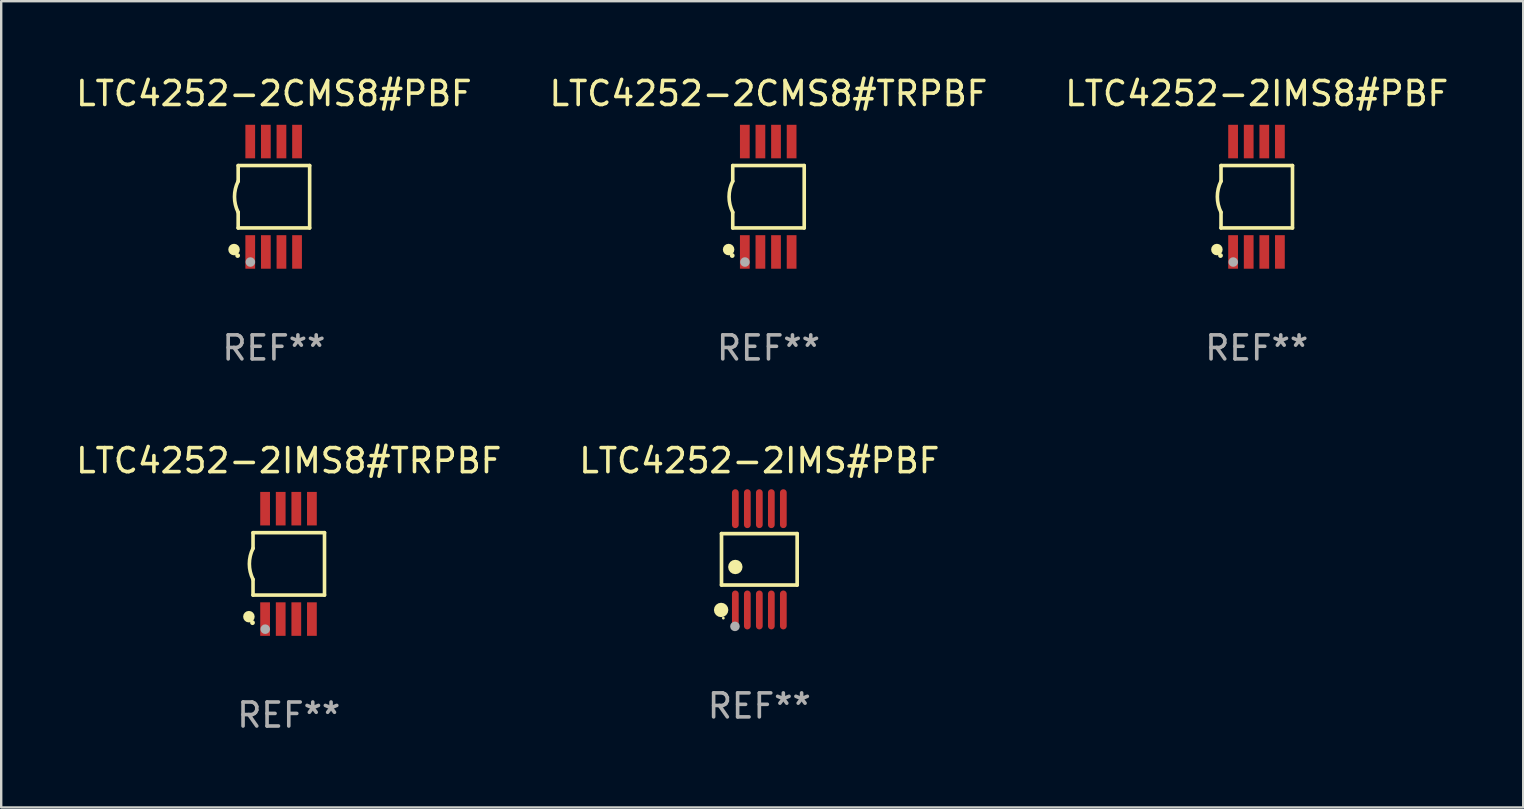
<source format=kicad_pcb>
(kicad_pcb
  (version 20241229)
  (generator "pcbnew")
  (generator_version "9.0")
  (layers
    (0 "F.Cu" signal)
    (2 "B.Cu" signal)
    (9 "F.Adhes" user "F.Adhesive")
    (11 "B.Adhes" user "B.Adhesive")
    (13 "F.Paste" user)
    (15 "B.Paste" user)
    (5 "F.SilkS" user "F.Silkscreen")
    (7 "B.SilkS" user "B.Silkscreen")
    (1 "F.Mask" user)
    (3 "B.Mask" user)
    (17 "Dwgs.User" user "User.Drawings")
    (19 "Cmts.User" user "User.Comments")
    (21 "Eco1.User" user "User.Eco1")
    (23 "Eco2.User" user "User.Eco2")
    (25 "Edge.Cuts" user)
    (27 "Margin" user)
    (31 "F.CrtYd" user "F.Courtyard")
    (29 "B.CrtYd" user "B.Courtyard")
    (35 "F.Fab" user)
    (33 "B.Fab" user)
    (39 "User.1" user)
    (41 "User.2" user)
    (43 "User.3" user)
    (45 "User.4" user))
  (footprint "LTC4252-2IMS#PBF"
    (layer "F.Cu")
    (at 28.589 20.255)
    (property "Reference" "LTC4252-2IMS#PBF" (at 0 -4.11 0) (layer "F.SilkS") (effects (font (size 1 1) (thickness 0.15))))
    (attr through_hole)
    (fp_line (start -1.576 -1.071) (end 1.576 -1.071) (stroke (width 0.152) (type solid)) (layer "F.SilkS"))
    (fp_line (start -1.576 1.071) (end -1.576 -1.071) (stroke (width 0.152) (type solid)) (layer "F.SilkS"))
    (fp_line (start 1.576 -1.071) (end 1.576 1.071) (stroke (width 0.152) (type solid)) (layer "F.SilkS"))
    (fp_line (start 1.576 1.071) (end -1.576 1.071) (stroke (width 0.152) (type solid)) (layer "F.SilkS"))
    (fp_circle (center -1.592 2.11) (end -1.442 2.11) (stroke (width 0.3) (type solid)) (fill no) (layer "F.SilkS"))
    (fp_circle (center -1.5 2.45) (end -1.47 2.45) (stroke (width 0.06) (type solid)) (fill no) (layer "F.SilkS"))
    (fp_circle (center -1 0.319) (end -0.85 0.319) (stroke (width 0.3) (type solid)) (fill no) (layer "F.SilkS"))
    (fp_circle (center -1.016 2.794) (end -0.916 2.794) (stroke (width 0.2) (type solid)) (fill no) (layer "F.Fab"))
    (fp_text user "REF**" (at 0 6.11 0) (layer "F.Fab") (effects (font (size 1 1) (thickness 0.15))))
    (pad "1" smd oval (at -1 2.11) (size 0.28 1.62) (layers "F.Cu" "F.Mask" "F.Paste"))
    (pad "2" smd oval (at -0.5 2.11) (size 0.28 1.62) (layers "F.Cu" "F.Mask" "F.Paste"))
    (pad "3" smd oval (at 0 2.11) (size 0.28 1.62) (layers "F.Cu" "F.Mask" "F.Paste"))
    (pad "4" smd oval (at 0.5 2.11) (size 0.28 1.62) (layers "F.Cu" "F.Mask" "F.Paste"))
    (pad "5" smd oval (at 1 2.11) (size 0.28 1.62) (layers "F.Cu" "F.Mask" "F.Paste"))
    (pad "6" smd oval (at 1 -2.11) (size 0.28 1.62) (layers "F.Cu" "F.Mask" "F.Paste"))
    (pad "7" smd oval (at 0.5 -2.11) (size 0.28 1.62) (layers "F.Cu" "F.Mask" "F.Paste"))
    (pad "8" smd oval (at 0 -2.11) (size 0.28 1.62) (layers "F.Cu" "F.Mask" "F.Paste"))
    (pad "9" smd oval (at -0.5 -2.11) (size 0.28 1.62) (layers "F.Cu" "F.Mask" "F.Paste"))
    (pad "10" smd oval (at -1 -2.11) (size 0.28 1.62) (layers "F.Cu" "F.Mask" "F.Paste")))
  (footprint "LTC4252-2CMS8#PBF"
    (layer "F.Cu")
    (at 8.363 5.148)
    (property "Reference" "LTC4252-2CMS8#PBF" (at 0 -4.3 0) (layer "F.SilkS") (effects (font (size 1 1) (thickness 0.15))))
    (attr through_hole)
    (fp_line (start -1.489 -1.3) (end -1.489 -0.648) (stroke (width 0.15) (type solid)) (layer "F.SilkS"))
    (fp_line (start -1.489 0.648) (end -1.489 1.3) (stroke (width 0.15) (type solid)) (layer "F.SilkS"))
    (fp_line (start -1.489 1.3) (end 1.489 1.3) (stroke (width 0.15) (type solid)) (layer "F.SilkS"))
    (fp_line (start 1.489 -1.3) (end -1.489 -1.3) (stroke (width 0.15) (type solid)) (layer "F.SilkS"))
    (fp_line (start 1.489 1.3) (end 1.489 -1.3) (stroke (width 0.15) (type solid)) (layer "F.SilkS"))
    (fp_arc (start -1.489205 0.647702) (mid -1.642107 0) (end -1.489205 -0.647701) (stroke (width 0.150013) (type solid)) (layer "F.SilkS"))
    (fp_circle (center -1.661 2.2) (end -1.541 2.2) (stroke (width 0.24) (type solid)) (fill no) (layer "F.SilkS"))
    (fp_circle (center -1.511 2.45) (end -1.461 2.45) (stroke (width 0.1) (type solid)) (fill no) (layer "F.SilkS"))
    (fp_circle (center -0.981 2.72) (end -0.881 2.72) (stroke (width 0.2) (type solid)) (fill no) (layer "F.Fab"))
    (fp_text user "REF**" (at 0 6.3 0) (layer "F.Fab") (effects (font (size 1 1) (thickness 0.15))))
    (pad "1" smd rect (at -0.986 2.3) (size 0.406 1.397) (layers "F.Cu" "F.Mask" "F.Paste"))
    (pad "2" smd rect (at -0.336 2.3) (size 0.406 1.397) (layers "F.Cu" "F.Mask" "F.Paste"))
    (pad "3" smd rect (at 0.314 2.3) (size 0.406 1.397) (layers "F.Cu" "F.Mask" "F.Paste"))
    (pad "4" smd rect (at 0.964 2.3) (size 0.406 1.397) (layers "F.Cu" "F.Mask" "F.Paste"))
    (pad "5" smd rect (at 0.964 -2.3) (size 0.406 1.397) (layers "F.Cu" "F.Mask" "F.Paste"))
    (pad "6" smd rect (at 0.314 -2.3) (size 0.406 1.397) (layers "F.Cu" "F.Mask" "F.Paste"))
    (pad "7" smd rect (at -0.336 -2.3) (size 0.406 1.397) (layers "F.Cu" "F.Mask" "F.Paste"))
    (pad "8" smd rect (at -0.986 -2.3) (size 0.406 1.397) (layers "F.Cu" "F.Mask" "F.Paste")))
  (footprint "LTC4252-2CMS8#TRPBF"
    (layer "F.Cu")
    (at 28.97 5.148)
    (property "Reference" "LTC4252-2CMS8#TRPBF" (at 0 -4.3 0) (layer "F.SilkS") (effects (font (size 1 1) (thickness 0.15))))
    (attr through_hole)
    (fp_line (start -1.489 -1.3) (end -1.489 -0.648) (stroke (width 0.15) (type solid)) (layer "F.SilkS"))
    (fp_line (start -1.489 0.648) (end -1.489 1.3) (stroke (width 0.15) (type solid)) (layer "F.SilkS"))
    (fp_line (start -1.489 1.3) (end 1.489 1.3) (stroke (width 0.15) (type solid)) (layer "F.SilkS"))
    (fp_line (start 1.489 -1.3) (end -1.489 -1.3) (stroke (width 0.15) (type solid)) (layer "F.SilkS"))
    (fp_line (start 1.489 1.3) (end 1.489 -1.3) (stroke (width 0.15) (type solid)) (layer "F.SilkS"))
    (fp_arc (start -1.489205 0.647702) (mid -1.642107 0) (end -1.489205 -0.647701) (stroke (width 0.150013) (type solid)) (layer "F.SilkS"))
    (fp_circle (center -1.661 2.2) (end -1.541 2.2) (stroke (width 0.24) (type solid)) (fill no) (layer "F.SilkS"))
    (fp_circle (center -1.511 2.45) (end -1.461 2.45) (stroke (width 0.1) (type solid)) (fill no) (layer "F.SilkS"))
    (fp_circle (center -0.981 2.72) (end -0.881 2.72) (stroke (width 0.2) (type solid)) (fill no) (layer "F.Fab"))
    (fp_text user "REF**" (at 0 6.3 0) (layer "F.Fab") (effects (font (size 1 1) (thickness 0.15))))
    (pad "1" smd rect (at -0.986 2.3) (size 0.406 1.397) (layers "F.Cu" "F.Mask" "F.Paste"))
    (pad "2" smd rect (at -0.336 2.3) (size 0.406 1.397) (layers "F.Cu" "F.Mask" "F.Paste"))
    (pad "3" smd rect (at 0.314 2.3) (size 0.406 1.397) (layers "F.Cu" "F.Mask" "F.Paste"))
    (pad "4" smd rect (at 0.964 2.3) (size 0.406 1.397) (layers "F.Cu" "F.Mask" "F.Paste"))
    (pad "5" smd rect (at 0.964 -2.3) (size 0.406 1.397) (layers "F.Cu" "F.Mask" "F.Paste"))
    (pad "6" smd rect (at 0.314 -2.3) (size 0.406 1.397) (layers "F.Cu" "F.Mask" "F.Paste"))
    (pad "7" smd rect (at -0.336 -2.3) (size 0.406 1.397) (layers "F.Cu" "F.Mask" "F.Paste"))
    (pad "8" smd rect (at -0.986 -2.3) (size 0.406 1.397) (layers "F.Cu" "F.Mask" "F.Paste")))
  (footprint "LTC4252-2IMS8#PBF"
    (layer "F.Cu")
    (at 49.315 5.148)
    (property "Reference" "LTC4252-2IMS8#PBF" (at 0 -4.3 0) (layer "F.SilkS") (effects (font (size 1 1) (thickness 0.15))))
    (attr through_hole)
    (fp_line (start -1.489 -1.3) (end -1.489 -0.648) (stroke (width 0.15) (type solid)) (layer "F.SilkS"))
    (fp_line (start -1.489 0.648) (end -1.489 1.3) (stroke (width 0.15) (type solid)) (layer "F.SilkS"))
    (fp_line (start -1.489 1.3) (end 1.489 1.3) (stroke (width 0.15) (type solid)) (layer "F.SilkS"))
    (fp_line (start 1.489 -1.3) (end -1.489 -1.3) (stroke (width 0.15) (type solid)) (layer "F.SilkS"))
    (fp_line (start 1.489 1.3) (end 1.489 -1.3) (stroke (width 0.15) (type solid)) (layer "F.SilkS"))
    (fp_arc (start -1.489205 0.647702) (mid -1.642107 0) (end -1.489205 -0.647701) (stroke (width 0.150013) (type solid)) (layer "F.SilkS"))
    (fp_circle (center -1.661 2.2) (end -1.541 2.2) (stroke (width 0.24) (type solid)) (fill no) (layer "F.SilkS"))
    (fp_circle (center -1.511 2.45) (end -1.461 2.45) (stroke (width 0.1) (type solid)) (fill no) (layer "F.SilkS"))
    (fp_circle (center -0.981 2.72) (end -0.881 2.72) (stroke (width 0.2) (type solid)) (fill no) (layer "F.Fab"))
    (fp_text user "REF**" (at 0 6.3 0) (layer "F.Fab") (effects (font (size 1 1) (thickness 0.15))))
    (pad "1" smd rect (at -0.986 2.3) (size 0.406 1.397) (layers "F.Cu" "F.Mask" "F.Paste"))
    (pad "2" smd rect (at -0.336 2.3) (size 0.406 1.397) (layers "F.Cu" "F.Mask" "F.Paste"))
    (pad "3" smd rect (at 0.314 2.3) (size 0.406 1.397) (layers "F.Cu" "F.Mask" "F.Paste"))
    (pad "4" smd rect (at 0.964 2.3) (size 0.406 1.397) (layers "F.Cu" "F.Mask" "F.Paste"))
    (pad "5" smd rect (at 0.964 -2.3) (size 0.406 1.397) (layers "F.Cu" "F.Mask" "F.Paste"))
    (pad "6" smd rect (at 0.314 -2.3) (size 0.406 1.397) (layers "F.Cu" "F.Mask" "F.Paste"))
    (pad "7" smd rect (at -0.336 -2.3) (size 0.406 1.397) (layers "F.Cu" "F.Mask" "F.Paste"))
    (pad "8" smd rect (at -0.986 -2.3) (size 0.406 1.397) (layers "F.Cu" "F.Mask" "F.Paste")))
  (footprint "LTC4252-2IMS8#TRPBF"
    (layer "F.Cu")
    (at 8.982 20.445)
    (property "Reference" "LTC4252-2IMS8#TRPBF" (at 0 -4.3 0) (layer "F.SilkS") (effects (font (size 1 1) (thickness 0.15))))
    (attr through_hole)
    (fp_line (start -1.489 -1.3) (end -1.489 -0.648) (stroke (width 0.15) (type solid)) (layer "F.SilkS"))
    (fp_line (start -1.489 0.648) (end -1.489 1.3) (stroke (width 0.15) (type solid)) (layer "F.SilkS"))
    (fp_line (start -1.489 1.3) (end 1.489 1.3) (stroke (width 0.15) (type solid)) (layer "F.SilkS"))
    (fp_line (start 1.489 -1.3) (end -1.489 -1.3) (stroke (width 0.15) (type solid)) (layer "F.SilkS"))
    (fp_line (start 1.489 1.3) (end 1.489 -1.3) (stroke (width 0.15) (type solid)) (layer "F.SilkS"))
    (fp_arc (start -1.489205 0.647702) (mid -1.642107 0) (end -1.489205 -0.647701) (stroke (width 0.150013) (type solid)) (layer "F.SilkS"))
    (fp_circle (center -1.661 2.2) (end -1.541 2.2) (stroke (width 0.24) (type solid)) (fill no) (layer "F.SilkS"))
    (fp_circle (center -1.511 2.45) (end -1.461 2.45) (stroke (width 0.1) (type solid)) (fill no) (layer "F.SilkS"))
    (fp_circle (center -0.981 2.72) (end -0.881 2.72) (stroke (width 0.2) (type solid)) (fill no) (layer "F.Fab"))
    (fp_text user "REF**" (at 0 6.3 0) (layer "F.Fab") (effects (font (size 1 1) (thickness 0.15))))
    (pad "1" smd rect (at -0.986 2.3) (size 0.406 1.397) (layers "F.Cu" "F.Mask" "F.Paste"))
    (pad "2" smd rect (at -0.336 2.3) (size 0.406 1.397) (layers "F.Cu" "F.Mask" "F.Paste"))
    (pad "3" smd rect (at 0.314 2.3) (size 0.406 1.397) (layers "F.Cu" "F.Mask" "F.Paste"))
    (pad "4" smd rect (at 0.964 2.3) (size 0.406 1.397) (layers "F.Cu" "F.Mask" "F.Paste"))
    (pad "5" smd rect (at 0.964 -2.3) (size 0.406 1.397) (layers "F.Cu" "F.Mask" "F.Paste"))
    (pad "6" smd rect (at 0.314 -2.3) (size 0.406 1.397) (layers "F.Cu" "F.Mask" "F.Paste"))
    (pad "7" smd rect (at -0.336 -2.3) (size 0.406 1.397) (layers "F.Cu" "F.Mask" "F.Paste"))
    (pad "8" smd rect (at -0.986 -2.3) (size 0.406 1.397) (layers "F.Cu" "F.Mask" "F.Paste")))
  (gr_rect
    (start -3 -3)
    (end 60.417 30.593)
    (stroke (width 0.1) (type default))
    (fill no)
    (layer "Edge.Cuts")))
</source>
